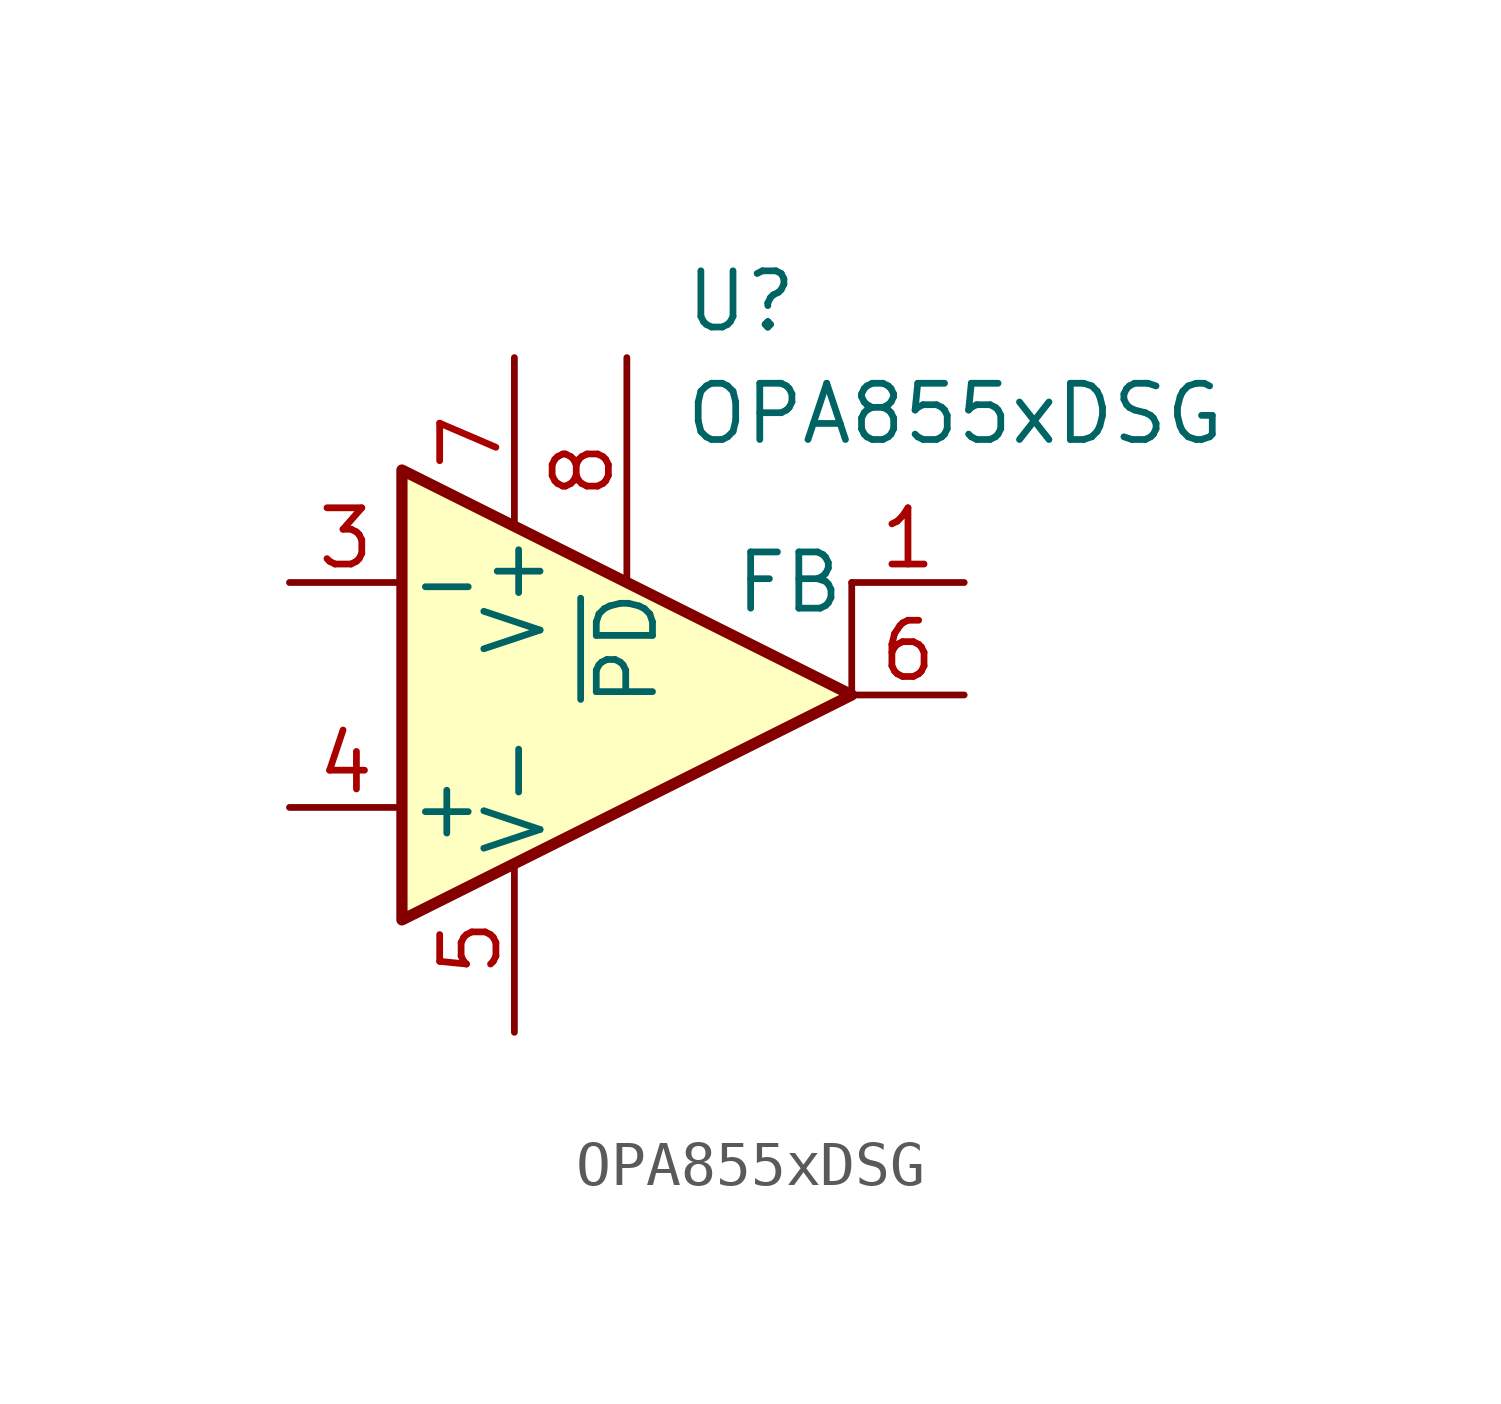
<source format=kicad_sym>
(kicad_symbol_lib
  (version 20231120)
  (generator "kicad_symbol_editor")
  (generator_version "8.0")
  (symbol "OPA855xDSG"
    (pin_names
      (offset 0.127))
    (property "Reference" "U"
      (at 1.27 8.89 0)
      (effects (font (size 1.27 1.27)) (justify left)))
    (property "Value" "OPA855xDSG"
      (at 1.27 6.35 0)
      (effects (font (size 1.27 1.27)) (justify left)))
    (symbol "OPA855xDSG_0_0"
      (pin power_in line (at -2.54 7.62 270) (length 3.81) (name "V+" (effects (font (size 1.27 1.27)))) (number "7" (effects (font (size 1.27 1.27)))))
      (pin input line (at 0 7.62 270) (length 5.08) (name "~{PD}" (effects (font (size 1.27 1.27)))) (number "8" (effects (font (size 1.27 1.27)))))
      (pin passive line (at -2.54 -7.62 90) (length 3.81) hide (name "V-" (effects (font (size 1.27 1.27)))) (number "9" (effects (font (size 1.27 1.27))))))
    (symbol "OPA855xDSG_0_1"
      (polyline (pts (xy 5.08 0) (xy 5.08 2.54)) (stroke (width 0.152) (type default)) (fill (type none)))
      (polyline (pts (xy -5.08 5.08) (xy 5.08 0) (xy -5.08 -5.08) (xy -5.08 5.08)) (stroke (width 0.254) (type default)) (fill (type background)))
      (pin no_connect line (at -5.08 -5.08 90) (length 3.81) hide (name "NC" (effects (font (size 1.27 1.27)))) (number "2" (effects (font (size 1.27 1.27)))))
      (pin output line (at 7.62 0 180) (length 2.54) (name "~" (effects (font (size 1.27 1.27)))) (number "6" (effects (font (size 1.27 1.27))))))
    (symbol "OPA855xDSG_1_1"
      (pin output line (at 7.62 2.54 180) (length 2.54) (name "FB" (effects (font (size 1.27 1.27)))) (number "1" (effects (font (size 1.27 1.27)))))
      (pin input line (at -7.62 2.54 0) (length 2.54) (name "-" (effects (font (size 1.27 1.27)))) (number "3" (effects (font (size 1.27 1.27)))))
      (pin input line (at -7.62 -2.54 0) (length 2.54) (name "+" (effects (font (size 1.27 1.27)))) (number "4" (effects (font (size 1.27 1.27)))))
      (pin power_in line (at -2.54 -7.62 90) (length 3.81) (name "V-" (effects (font (size 1.27 1.27)))) (number "5" (effects (font (size 1.27 1.27))))))))
</source>
